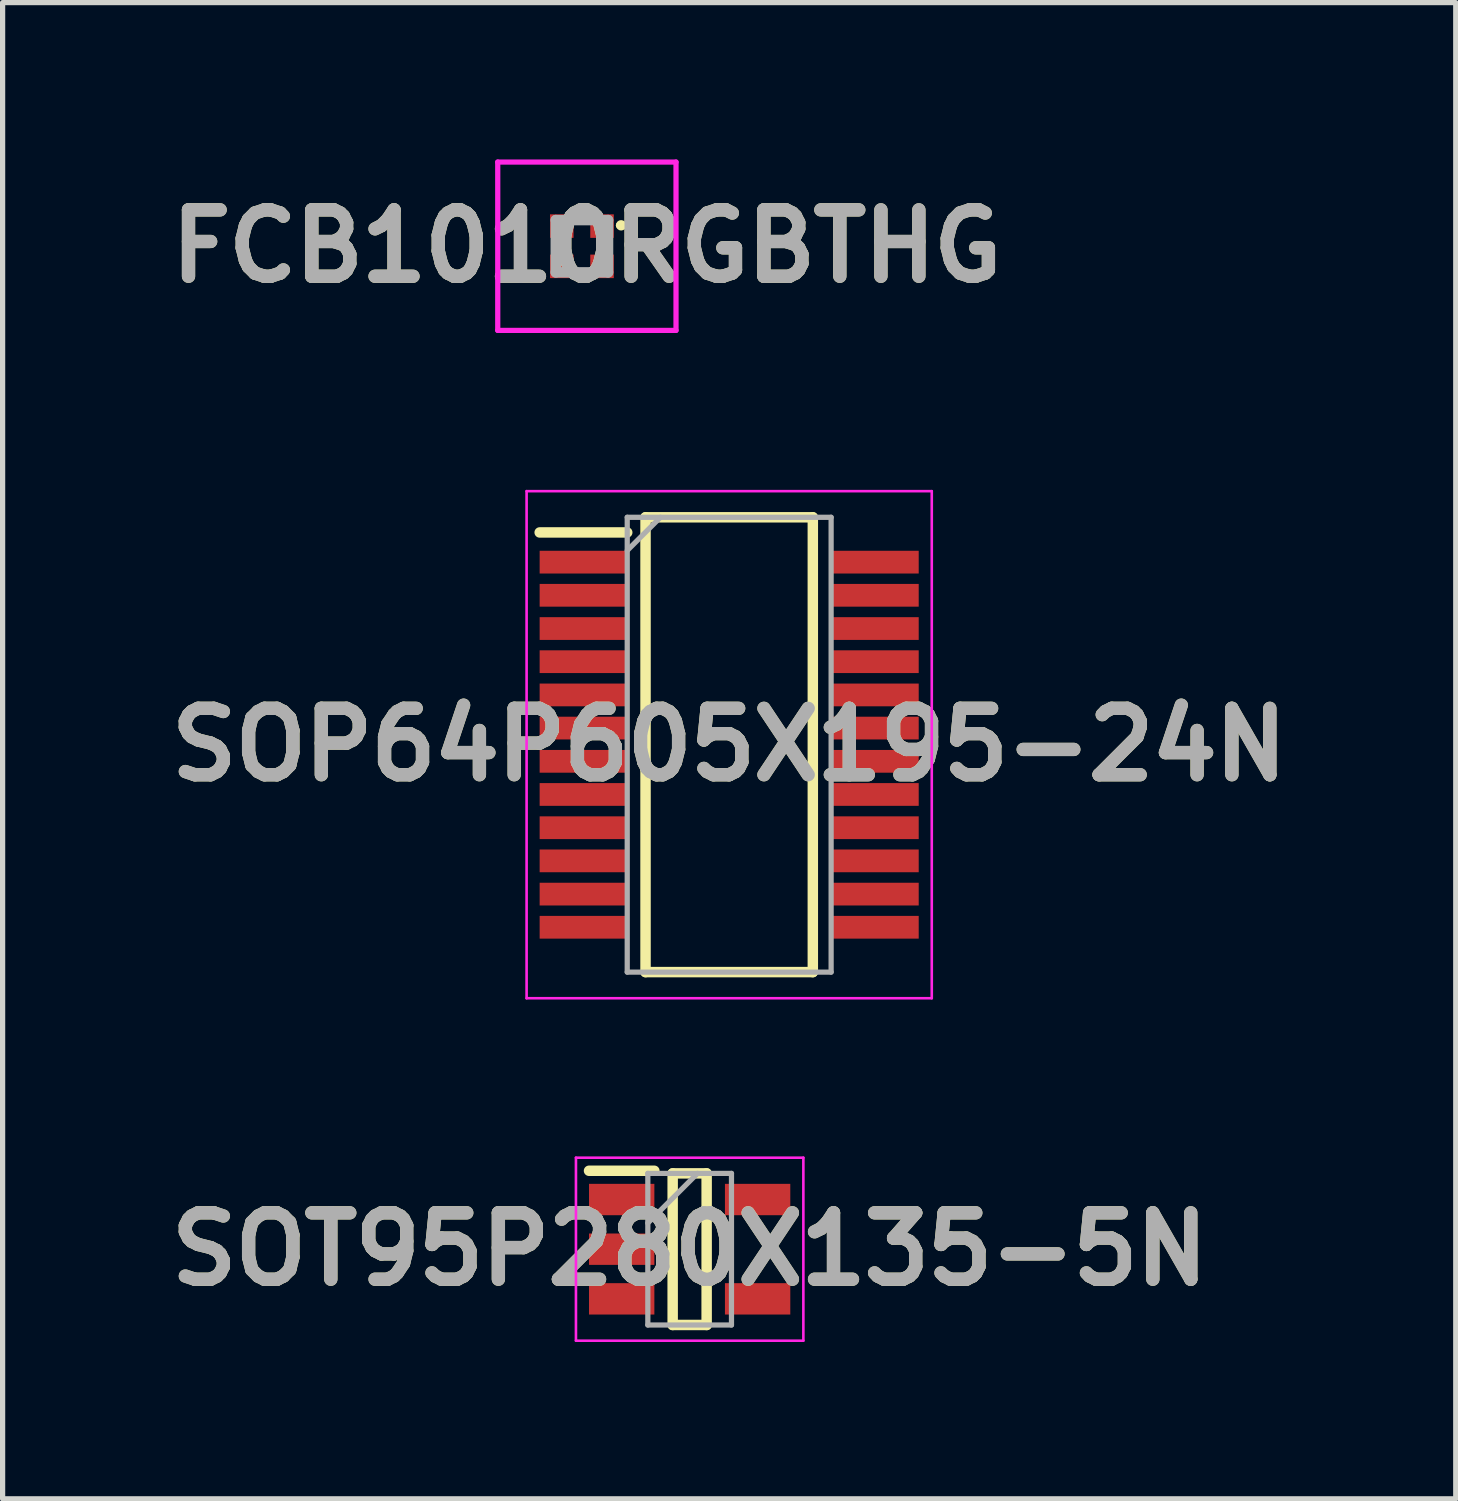
<source format=kicad_pcb>
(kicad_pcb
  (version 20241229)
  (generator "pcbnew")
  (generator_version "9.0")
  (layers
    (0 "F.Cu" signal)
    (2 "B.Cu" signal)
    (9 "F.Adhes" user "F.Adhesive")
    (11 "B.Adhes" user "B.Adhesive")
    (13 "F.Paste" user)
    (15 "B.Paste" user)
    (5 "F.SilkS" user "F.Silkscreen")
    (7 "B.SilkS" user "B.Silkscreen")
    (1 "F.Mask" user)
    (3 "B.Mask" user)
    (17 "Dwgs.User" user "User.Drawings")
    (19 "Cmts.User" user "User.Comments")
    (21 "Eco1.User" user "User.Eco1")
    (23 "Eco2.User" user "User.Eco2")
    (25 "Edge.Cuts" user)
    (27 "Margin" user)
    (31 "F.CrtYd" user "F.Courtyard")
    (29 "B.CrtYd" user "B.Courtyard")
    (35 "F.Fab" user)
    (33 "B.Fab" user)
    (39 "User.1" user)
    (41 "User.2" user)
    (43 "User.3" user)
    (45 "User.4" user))
  (footprint "SOP64P605X195-24N"
    (layer "F.Cu")
    (at 10.898 11.195)
    (property "Reference" "SOP64P605X195-24N" (at 0 0 0) (layer "F.SilkS") (effects (font (size 1.27 1.27) (thickness 0.254))))
    (attr smd)
    (fp_line (start -3.625 -4.06) (end -1.95 -4.06) (stroke (width 0.2) (type solid)) (layer "F.SilkS"))
    (fp_line (start -1.6 -4.35) (end 1.6 -4.35) (stroke (width 0.2) (type solid)) (layer "F.SilkS"))
    (fp_line (start -1.6 4.35) (end -1.6 -4.35) (stroke (width 0.2) (type solid)) (layer "F.SilkS"))
    (fp_line (start 1.6 -4.35) (end 1.6 4.35) (stroke (width 0.2) (type solid)) (layer "F.SilkS"))
    (fp_line (start 1.6 4.35) (end -1.6 4.35) (stroke (width 0.2) (type solid)) (layer "F.SilkS"))
    (fp_line (start -3.875 -4.85) (end 3.875 -4.85) (stroke (width 0.05) (type solid)) (layer "F.CrtYd"))
    (fp_line (start -3.875 4.85) (end -3.875 -4.85) (stroke (width 0.05) (type solid)) (layer "F.CrtYd"))
    (fp_line (start 3.875 -4.85) (end 3.875 4.85) (stroke (width 0.05) (type solid)) (layer "F.CrtYd"))
    (fp_line (start 3.875 4.85) (end -3.875 4.85) (stroke (width 0.05) (type solid)) (layer "F.CrtYd"))
    (fp_line (start -1.95 -4.35) (end 1.95 -4.35) (stroke (width 0.1) (type solid)) (layer "F.Fab"))
    (fp_line (start -1.95 -3.715) (end -1.315 -4.35) (stroke (width 0.1) (type solid)) (layer "F.Fab"))
    (fp_line (start -1.95 4.35) (end -1.95 -4.35) (stroke (width 0.1) (type solid)) (layer "F.Fab"))
    (fp_line (start 1.95 -4.35) (end 1.95 4.35) (stroke (width 0.1) (type solid)) (layer "F.Fab"))
    (fp_line (start 1.95 4.35) (end -1.95 4.35) (stroke (width 0.1) (type solid)) (layer "F.Fab"))
    (fp_text user "${REFERENCE}" (at 0 0 0) (layer "F.Fab") (effects (font (size 1.27 1.27) (thickness 0.254))))
    (pad "1" smd rect (at -2.788 -3.492 90) (size 0.435 1.675) (layers "F.Cu" "F.Mask" "F.Paste"))
    (pad "2" smd rect (at -2.788 -2.858 90) (size 0.435 1.675) (layers "F.Cu" "F.Mask" "F.Paste"))
    (pad "3" smd rect (at -2.788 -2.222 90) (size 0.435 1.675) (layers "F.Cu" "F.Mask" "F.Paste"))
    (pad "4" smd rect (at -2.788 -1.588 90) (size 0.435 1.675) (layers "F.Cu" "F.Mask" "F.Paste"))
    (pad "5" smd rect (at -2.788 -0.952 90) (size 0.435 1.675) (layers "F.Cu" "F.Mask" "F.Paste"))
    (pad "6" smd rect (at -2.788 -0.318 90) (size 0.435 1.675) (layers "F.Cu" "F.Mask" "F.Paste"))
    (pad "7" smd rect (at -2.788 0.318 90) (size 0.435 1.675) (layers "F.Cu" "F.Mask" "F.Paste"))
    (pad "8" smd rect (at -2.788 0.952 90) (size 0.435 1.675) (layers "F.Cu" "F.Mask" "F.Paste"))
    (pad "9" smd rect (at -2.788 1.588 90) (size 0.435 1.675) (layers "F.Cu" "F.Mask" "F.Paste"))
    (pad "10" smd rect (at -2.788 2.222 90) (size 0.435 1.675) (layers "F.Cu" "F.Mask" "F.Paste"))
    (pad "11" smd rect (at -2.788 2.858 90) (size 0.435 1.675) (layers "F.Cu" "F.Mask" "F.Paste"))
    (pad "12" smd rect (at -2.788 3.492 90) (size 0.435 1.675) (layers "F.Cu" "F.Mask" "F.Paste"))
    (pad "13" smd rect (at 2.788 3.492 90) (size 0.435 1.675) (layers "F.Cu" "F.Mask" "F.Paste"))
    (pad "14" smd rect (at 2.788 2.858 90) (size 0.435 1.675) (layers "F.Cu" "F.Mask" "F.Paste"))
    (pad "15" smd rect (at 2.788 2.222 90) (size 0.435 1.675) (layers "F.Cu" "F.Mask" "F.Paste"))
    (pad "16" smd rect (at 2.788 1.588 90) (size 0.435 1.675) (layers "F.Cu" "F.Mask" "F.Paste"))
    (pad "17" smd rect (at 2.788 0.952 90) (size 0.435 1.675) (layers "F.Cu" "F.Mask" "F.Paste"))
    (pad "18" smd rect (at 2.788 0.318 90) (size 0.435 1.675) (layers "F.Cu" "F.Mask" "F.Paste"))
    (pad "19" smd rect (at 2.788 -0.318 90) (size 0.435 1.675) (layers "F.Cu" "F.Mask" "F.Paste"))
    (pad "20" smd rect (at 2.788 -0.952 90) (size 0.435 1.675) (layers "F.Cu" "F.Mask" "F.Paste"))
    (pad "21" smd rect (at 2.788 -1.588 90) (size 0.435 1.675) (layers "F.Cu" "F.Mask" "F.Paste"))
    (pad "22" smd rect (at 2.788 -2.222 90) (size 0.435 1.675) (layers "F.Cu" "F.Mask" "F.Paste"))
    (pad "23" smd rect (at 2.788 -2.858 90) (size 0.435 1.675) (layers "F.Cu" "F.Mask" "F.Paste"))
    (pad "24" smd rect (at 2.788 -3.492 90) (size 0.435 1.675) (layers "F.Cu" "F.Mask" "F.Paste")))
  (footprint "SOT95P280X135-5N"
    (layer "F.Cu")
    (at 10.142 20.845)
    (property "Reference" "SOT95P280X135-5N" (at 0 0 0) (layer "F.SilkS") (effects (font (size 1.27 1.27) (thickness 0.254))))
    (attr smd)
    (fp_line (start -1.925 -1.5) (end -0.675 -1.5) (stroke (width 0.2) (type solid)) (layer "F.SilkS"))
    (fp_line (start -0.325 -1.45) (end 0.325 -1.45) (stroke (width 0.2) (type solid)) (layer "F.SilkS"))
    (fp_line (start -0.325 1.45) (end -0.325 -1.45) (stroke (width 0.2) (type solid)) (layer "F.SilkS"))
    (fp_line (start 0.325 -1.45) (end 0.325 1.45) (stroke (width 0.2) (type solid)) (layer "F.SilkS"))
    (fp_line (start 0.325 1.45) (end -0.325 1.45) (stroke (width 0.2) (type solid)) (layer "F.SilkS"))
    (fp_line (start -2.175 -1.75) (end 2.175 -1.75) (stroke (width 0.05) (type solid)) (layer "F.CrtYd"))
    (fp_line (start -2.175 1.75) (end -2.175 -1.75) (stroke (width 0.05) (type solid)) (layer "F.CrtYd"))
    (fp_line (start 2.175 -1.75) (end 2.175 1.75) (stroke (width 0.05) (type solid)) (layer "F.CrtYd"))
    (fp_line (start 2.175 1.75) (end -2.175 1.75) (stroke (width 0.05) (type solid)) (layer "F.CrtYd"))
    (fp_line (start -0.8 -1.45) (end 0.8 -1.45) (stroke (width 0.1) (type solid)) (layer "F.Fab"))
    (fp_line (start -0.8 -0.5) (end 0.15 -1.45) (stroke (width 0.1) (type solid)) (layer "F.Fab"))
    (fp_line (start -0.8 1.45) (end -0.8 -1.45) (stroke (width 0.1) (type solid)) (layer "F.Fab"))
    (fp_line (start 0.8 -1.45) (end 0.8 1.45) (stroke (width 0.1) (type solid)) (layer "F.Fab"))
    (fp_line (start 0.8 1.45) (end -0.8 1.45) (stroke (width 0.1) (type solid)) (layer "F.Fab"))
    (fp_text user "${REFERENCE}" (at 0 0 0) (layer "F.Fab") (effects (font (size 1.27 1.27) (thickness 0.254))))
    (pad "1" smd rect (at -1.3 -0.95 90) (size 0.6 1.25) (layers "F.Cu" "F.Mask" "F.Paste"))
    (pad "2" smd rect (at -1.3 0 90) (size 0.6 1.25) (layers "F.Cu" "F.Mask" "F.Paste"))
    (pad "3" smd rect (at -1.3 0.95 90) (size 0.6 1.25) (layers "F.Cu" "F.Mask" "F.Paste"))
    (pad "4" smd rect (at 1.3 0.95 90) (size 0.6 1.25) (layers "F.Cu" "F.Mask" "F.Paste"))
    (pad "5" smd rect (at 1.3 -0.95 90) (size 0.6 1.25) (layers "F.Cu" "F.Mask" "F.Paste")))
  (footprint "FCB1010RGBTHG"
    (layer "F.Cu")
    (at 8.081 1.66)
    (property "Reference" "FCB1010RGBTHG" (at 0.095 0 0) (layer "F.SilkS") (effects (font (size 1.27 1.27) (thickness 0.254))))
    (attr smd)
    (fp_line (start 0.7 -0.4) (end 0.7 -0.4) (stroke (width 0.1) (type solid)) (layer "F.SilkS"))
    (fp_line (start 0.8 -0.4) (end 0.8 -0.4) (stroke (width 0.1) (type solid)) (layer "F.SilkS"))
    (fp_arc (start 0.7 -0.4) (mid 0.75 -0.45) (end 0.8 -0.4) (stroke (width 0.1) (type solid)) (layer "F.SilkS"))
    (fp_arc (start 0.8 -0.4) (mid 0.75 -0.35) (end 0.7 -0.4) (stroke (width 0.1) (type solid)) (layer "F.SilkS"))
    (fp_line (start -1.61 -1.61) (end 1.8 -1.61) (stroke (width 0.1) (type solid)) (layer "F.CrtYd"))
    (fp_line (start -1.61 1.61) (end -1.61 -1.61) (stroke (width 0.1) (type solid)) (layer "F.CrtYd"))
    (fp_line (start 1.8 -1.61) (end 1.8 1.61) (stroke (width 0.1) (type solid)) (layer "F.CrtYd"))
    (fp_line (start 1.8 1.61) (end -1.61 1.61) (stroke (width 0.1) (type solid)) (layer "F.CrtYd"))
    (fp_line (start -0.5 -0.5) (end 0.5 -0.5) (stroke (width 0.2) (type solid)) (layer "F.Fab"))
    (fp_line (start -0.5 0.5) (end -0.5 -0.5) (stroke (width 0.2) (type solid)) (layer "F.Fab"))
    (fp_line (start 0.5 -0.5) (end 0.5 0.5) (stroke (width 0.2) (type solid)) (layer "F.Fab"))
    (fp_line (start 0.5 0.5) (end -0.5 0.5) (stroke (width 0.2) (type solid)) (layer "F.Fab"))
    (fp_text user "${REFERENCE}" (at 0.095 0 0) (layer "F.Fab") (effects (font (size 1.27 1.27) (thickness 0.254))))
    (pad "1" smd rect (at 0.385 -0.385 90) (size 0.45 0.45) (layers "F.Cu" "F.Mask" "F.Paste"))
    (pad "2" smd rect (at 0.385 0.385 90) (size 0.45 0.45) (layers "F.Cu" "F.Mask" "F.Paste"))
    (pad "3" smd rect (at -0.385 0.385 90) (size 0.45 0.45) (layers "F.Cu" "F.Mask" "F.Paste"))
    (pad "4" smd rect (at -0.385 -0.385 90) (size 0.45 0.45) (layers "F.Cu" "F.Mask" "F.Paste")))
  (gr_rect
    (start -3 -3)
    (end 24.796 25.62)
    (stroke (width 0.1) (type default))
    (fill no)
    (layer "Edge.Cuts")))
</source>
